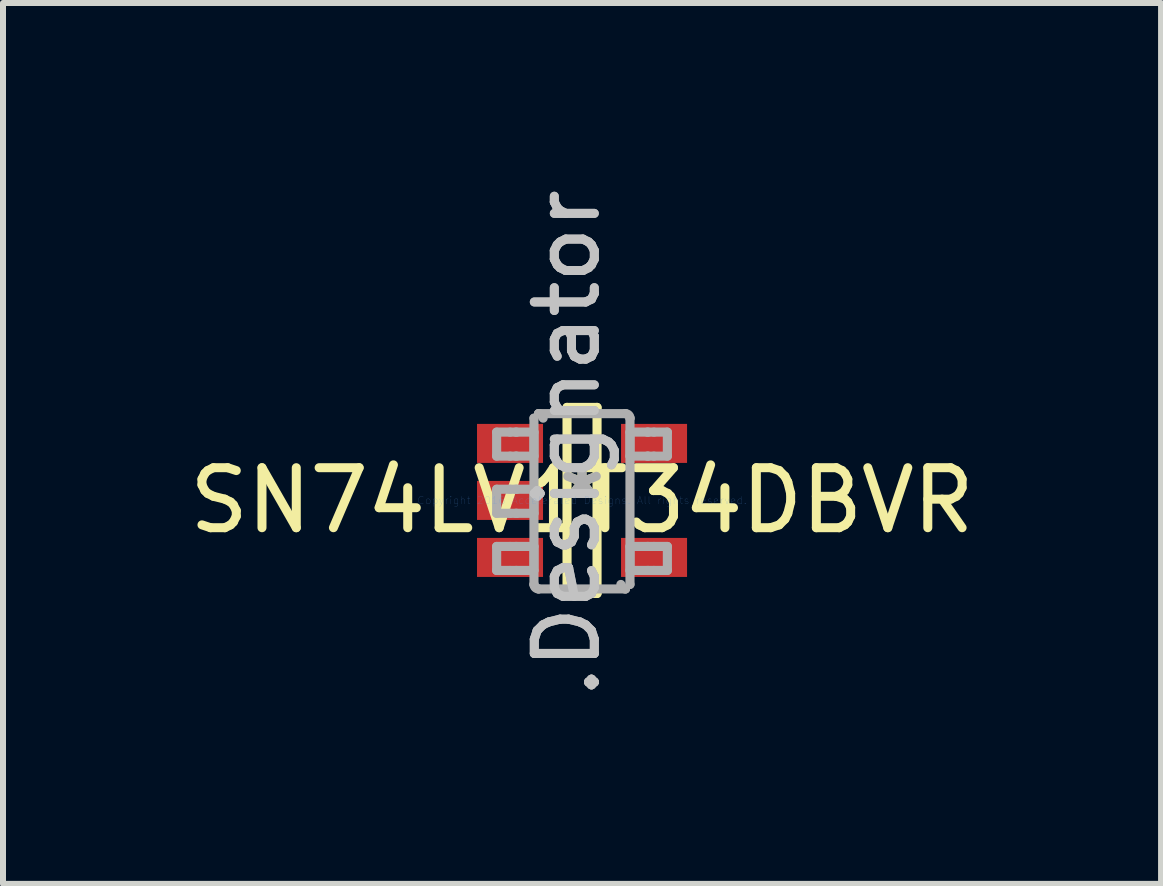
<source format=kicad_pcb>
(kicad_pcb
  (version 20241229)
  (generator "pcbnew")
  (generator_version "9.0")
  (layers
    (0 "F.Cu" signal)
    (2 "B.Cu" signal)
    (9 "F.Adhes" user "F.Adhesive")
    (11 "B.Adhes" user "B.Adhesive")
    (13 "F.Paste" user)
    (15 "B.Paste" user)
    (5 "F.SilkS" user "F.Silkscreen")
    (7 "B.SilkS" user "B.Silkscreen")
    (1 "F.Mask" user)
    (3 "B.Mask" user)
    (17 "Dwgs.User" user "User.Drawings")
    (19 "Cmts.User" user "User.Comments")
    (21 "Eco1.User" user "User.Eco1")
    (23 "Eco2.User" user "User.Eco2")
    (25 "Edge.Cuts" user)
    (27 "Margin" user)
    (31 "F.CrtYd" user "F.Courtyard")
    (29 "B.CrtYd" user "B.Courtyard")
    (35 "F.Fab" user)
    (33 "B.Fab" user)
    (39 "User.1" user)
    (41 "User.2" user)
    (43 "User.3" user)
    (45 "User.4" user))
  (footprint "SN74LV1T34DBVR"
    (layer "F.Cu")
    (at 6.649 5.289)
    (property "Reference" "SN74LV1T34DBVR" (at 0 0 0) (layer "F.SilkS") (effects (font (size 1 1) (thickness 0.15))))
    (attr through_hole)
    (fp_line (start -0.25 -1.55) (end 0.25 -1.55) (stroke (width 0.152) (type solid)) (layer "F.SilkS"))
    (fp_line (start -0.25 1.55) (end -0.25 -1.55) (stroke (width 0.152) (type solid)) (layer "F.SilkS"))
    (fp_line (start -0.25 1.55) (end 0.25 1.55) (stroke (width 0.152) (type solid)) (layer "F.SilkS"))
    (fp_line (start 0.25 1.55) (end 0.25 -1.55) (stroke (width 0.152) (type solid)) (layer "F.SilkS"))
    (fp_line (start -1.423 -1.138) (end -1.199 -1.138) (stroke (width 0.152) (type solid)) (layer "F.Fab"))
    (fp_line (start -1.423 -0.738) (end -1.423 -1.138) (stroke (width 0.152) (type solid)) (layer "F.Fab"))
    (fp_line (start -1.423 -0.738) (end -1.199 -0.738) (stroke (width 0.152) (type solid)) (layer "F.Fab"))
    (fp_line (start -1.423 -0.186) (end -1.199 -0.186) (stroke (width 0.152) (type solid)) (layer "F.Fab"))
    (fp_line (start -1.423 0.215) (end -1.423 -0.186) (stroke (width 0.152) (type solid)) (layer "F.Fab"))
    (fp_line (start -1.423 0.215) (end -1.199 0.215) (stroke (width 0.152) (type solid)) (layer "F.Fab"))
    (fp_line (start -1.423 0.767) (end -1.199 0.767) (stroke (width 0.152) (type solid)) (layer "F.Fab"))
    (fp_line (start -1.423 1.167) (end -1.423 0.767) (stroke (width 0.152) (type solid)) (layer "F.Fab"))
    (fp_line (start -1.423 1.167) (end -1.199 1.167) (stroke (width 0.152) (type solid)) (layer "F.Fab"))
    (fp_line (start -1.199 -1.138) (end -1.105 -1.138) (stroke (width 0.152) (type solid)) (layer "F.Fab"))
    (fp_line (start -1.199 -0.738) (end -1.105 -0.738) (stroke (width 0.152) (type solid)) (layer "F.Fab"))
    (fp_line (start -1.199 -0.186) (end -1.105 -0.186) (stroke (width 0.152) (type solid)) (layer "F.Fab"))
    (fp_line (start -1.199 0.215) (end -1.105 0.215) (stroke (width 0.152) (type solid)) (layer "F.Fab"))
    (fp_line (start -1.199 0.767) (end -1.105 0.767) (stroke (width 0.152) (type solid)) (layer "F.Fab"))
    (fp_line (start -1.199 1.167) (end -1.105 1.167) (stroke (width 0.152) (type solid)) (layer "F.Fab"))
    (fp_line (start -1.105 -1.138) (end -1.088 -1.138) (stroke (width 0.152) (type solid)) (layer "F.Fab"))
    (fp_line (start -1.105 -0.738) (end -1.088 -0.738) (stroke (width 0.152) (type solid)) (layer "F.Fab"))
    (fp_line (start -1.105 -0.186) (end -1.088 -0.186) (stroke (width 0.152) (type solid)) (layer "F.Fab"))
    (fp_line (start -1.105 0.215) (end -1.088 0.215) (stroke (width 0.152) (type solid)) (layer "F.Fab"))
    (fp_line (start -1.105 0.767) (end -1.088 0.767) (stroke (width 0.152) (type solid)) (layer "F.Fab"))
    (fp_line (start -1.105 1.167) (end -1.088 1.167) (stroke (width 0.152) (type solid)) (layer "F.Fab"))
    (fp_line (start -1.088 -1.138) (end -0.835 -1.138) (stroke (width 0.152) (type solid)) (layer "F.Fab"))
    (fp_line (start -1.088 -0.738) (end -0.835 -0.738) (stroke (width 0.152) (type solid)) (layer "F.Fab"))
    (fp_line (start -1.088 -0.186) (end -0.835 -0.186) (stroke (width 0.152) (type solid)) (layer "F.Fab"))
    (fp_line (start -1.088 0.215) (end -0.835 0.215) (stroke (width 0.152) (type solid)) (layer "F.Fab"))
    (fp_line (start -1.088 0.767) (end -0.835 0.767) (stroke (width 0.152) (type solid)) (layer "F.Fab"))
    (fp_line (start -1.088 1.167) (end -0.835 1.167) (stroke (width 0.152) (type solid)) (layer "F.Fab"))
    (fp_line (start -0.835 -1.138) (end -0.801 -1.138) (stroke (width 0.152) (type solid)) (layer "F.Fab"))
    (fp_line (start -0.835 -0.738) (end -0.801 -0.738) (stroke (width 0.152) (type solid)) (layer "F.Fab"))
    (fp_line (start -0.835 -0.186) (end -0.801 -0.186) (stroke (width 0.152) (type solid)) (layer "F.Fab"))
    (fp_line (start -0.835 0.215) (end -0.801 0.215) (stroke (width 0.152) (type solid)) (layer "F.Fab"))
    (fp_line (start -0.835 0.767) (end -0.801 0.767) (stroke (width 0.152) (type solid)) (layer "F.Fab"))
    (fp_line (start -0.835 1.167) (end -0.801 1.167) (stroke (width 0.152) (type solid)) (layer "F.Fab"))
    (fp_line (start -0.801 -1.37) (end -0.801 -1.371) (stroke (width 0.152) (type solid)) (layer "F.Fab"))
    (fp_line (start -0.801 -0.738) (end -0.801 -1.138) (stroke (width 0.152) (type solid)) (layer "F.Fab"))
    (fp_line (start -0.801 0.215) (end -0.801 -0.186) (stroke (width 0.152) (type solid)) (layer "F.Fab"))
    (fp_line (start -0.801 1.167) (end -0.801 0.767) (stroke (width 0.152) (type solid)) (layer "F.Fab"))
    (fp_line (start -0.801 1.399) (end -0.801 -1.37) (stroke (width 0.152) (type solid)) (layer "F.Fab"))
    (fp_line (start -0.801 1.4) (end -0.801 1.399) (stroke (width 0.152) (type solid)) (layer "F.Fab"))
    (fp_line (start -0.725 -1.446) (end -0.725 -1.446) (stroke (width 0.152) (type solid)) (layer "F.Fab"))
    (fp_line (start -0.725 1.475) (end -0.725 1.475) (stroke (width 0.152) (type solid)) (layer "F.Fab"))
    (fp_line (start -0.725 -1.446) (end 0.723 -1.446) (stroke (width 0.152) (type solid)) (layer "F.Fab"))
    (fp_line (start -0.725 1.475) (end 0.723 1.475) (stroke (width 0.152) (type solid)) (layer "F.Fab"))
    (fp_line (start 0.723 -1.446) (end 0.724 -1.446) (stroke (width 0.152) (type solid)) (layer "F.Fab"))
    (fp_line (start 0.723 1.475) (end 0.724 1.475) (stroke (width 0.152) (type solid)) (layer "F.Fab"))
    (fp_line (start 0.799 -1.37) (end 0.799 -1.371) (stroke (width 0.152) (type solid)) (layer "F.Fab"))
    (fp_line (start 0.799 -1.138) (end 0.834 -1.138) (stroke (width 0.152) (type solid)) (layer "F.Fab"))
    (fp_line (start 0.799 -0.738) (end 0.799 -1.138) (stroke (width 0.152) (type solid)) (layer "F.Fab"))
    (fp_line (start 0.799 -0.738) (end 0.834 -0.738) (stroke (width 0.152) (type solid)) (layer "F.Fab"))
    (fp_line (start 0.799 0.767) (end 0.834 0.767) (stroke (width 0.152) (type solid)) (layer "F.Fab"))
    (fp_line (start 0.799 1.167) (end 0.799 0.767) (stroke (width 0.152) (type solid)) (layer "F.Fab"))
    (fp_line (start 0.799 1.167) (end 0.834 1.167) (stroke (width 0.152) (type solid)) (layer "F.Fab"))
    (fp_line (start 0.799 1.399) (end 0.799 -1.37) (stroke (width 0.152) (type solid)) (layer "F.Fab"))
    (fp_line (start 0.799 1.4) (end 0.799 1.399) (stroke (width 0.152) (type solid)) (layer "F.Fab"))
    (fp_line (start 0.834 -1.138) (end 1.087 -1.138) (stroke (width 0.152) (type solid)) (layer "F.Fab"))
    (fp_line (start 0.834 -0.738) (end 1.087 -0.738) (stroke (width 0.152) (type solid)) (layer "F.Fab"))
    (fp_line (start 0.834 0.767) (end 1.087 0.767) (stroke (width 0.152) (type solid)) (layer "F.Fab"))
    (fp_line (start 0.834 1.167) (end 1.087 1.167) (stroke (width 0.152) (type solid)) (layer "F.Fab"))
    (fp_line (start 1.087 -1.138) (end 1.103 -1.138) (stroke (width 0.152) (type solid)) (layer "F.Fab"))
    (fp_line (start 1.087 -0.738) (end 1.103 -0.738) (stroke (width 0.152) (type solid)) (layer "F.Fab"))
    (fp_line (start 1.087 0.767) (end 1.103 0.767) (stroke (width 0.152) (type solid)) (layer "F.Fab"))
    (fp_line (start 1.087 1.167) (end 1.103 1.167) (stroke (width 0.152) (type solid)) (layer "F.Fab"))
    (fp_line (start 1.103 -1.138) (end 1.198 -1.138) (stroke (width 0.152) (type solid)) (layer "F.Fab"))
    (fp_line (start 1.103 -0.738) (end 1.198 -0.738) (stroke (width 0.152) (type solid)) (layer "F.Fab"))
    (fp_line (start 1.103 0.767) (end 1.198 0.767) (stroke (width 0.152) (type solid)) (layer "F.Fab"))
    (fp_line (start 1.103 1.167) (end 1.198 1.167) (stroke (width 0.152) (type solid)) (layer "F.Fab"))
    (fp_line (start 1.198 -1.138) (end 1.422 -1.138) (stroke (width 0.152) (type solid)) (layer "F.Fab"))
    (fp_line (start 1.198 -0.738) (end 1.422 -0.738) (stroke (width 0.152) (type solid)) (layer "F.Fab"))
    (fp_line (start 1.198 0.767) (end 1.422 0.767) (stroke (width 0.152) (type solid)) (layer "F.Fab"))
    (fp_line (start 1.198 1.167) (end 1.422 1.167) (stroke (width 0.152) (type solid)) (layer "F.Fab"))
    (fp_line (start 1.422 -0.738) (end 1.422 -1.138) (stroke (width 0.152) (type solid)) (layer "F.Fab"))
    (fp_line (start 1.422 1.167) (end 1.422 0.767) (stroke (width 0.152) (type solid)) (layer "F.Fab"))
    (fp_arc (start -0.724553 1.475001) (mid -0.777896 1.453214) (end -0.800733 1.400313) (stroke (width 0.1524) (type solid)) (layer "F.Fab"))
    (fp_arc (start -0.72454 -1.445999) (mid -0.671189 -1.424209) (end -0.648348 -1.3713) (stroke (width 0.1524) (type solid)) (layer "F.Fab"))
    (fp_arc (start 0.723255 -1.445999) (mid 0.776606 -1.424209) (end 0.799447 -1.3713) (stroke (width 0.1524) (type solid)) (layer "F.Fab"))
    (fp_arc (start 0.723268 1.475001) (mid 0.669925 1.453214) (end 0.647088 1.400313) (stroke (width 0.1524) (type solid)) (layer "F.Fab"))
    (fp_text user "*" (at 0 0 0) (layer "F.SilkS") (effects (font (size 1 1) (thickness 0.15))))
    (fp_text user ".Designator" (at -0.25 -0.95 270) (layer "Dwgs.User") (effects (font (size 1 1) (thickness 0.15))))
    (fp_text user "Copyright 2016 Accelerated Designs. All rights reserved." (at 0 0 0) (layer "Cmts.User") (effects (font (size 0.127 0.127) (thickness 0.002))))
    (fp_text user "*" (at 0 0 0) (layer "F.Fab") (effects (font (size 1 1) (thickness 0.15))))
    (fp_text user ".Designator" (at -0.25 -0.95 270) (layer "F.Fab") (effects (font (size 1 1) (thickness 0.15))))
    (pad "1" smd rect (at -1.2 -0.95 90) (size 0.65 1.1) (layers "F.Cu" "F.Mask" "F.Paste"))
    (pad "2" smd rect (at -1.2 0 90) (size 0.65 1.1) (layers "F.Cu" "F.Mask" "F.Paste"))
    (pad "3" smd rect (at -1.2 0.95 90) (size 0.65 1.1) (layers "F.Cu" "F.Mask" "F.Paste"))
    (pad "4" smd rect (at 1.2 0.95 90) (size 0.65 1.1) (layers "F.Cu" "F.Mask" "F.Paste"))
    (pad "5" smd rect (at 1.2 -0.95 90) (size 0.65 1.1) (layers "F.Cu" "F.Mask" "F.Paste")))
  (gr_rect
    (start -3 -3)
    (end 16.298 11.679)
    (stroke (width 0.1) (type default))
    (fill no)
    (layer "Edge.Cuts")))
</source>
